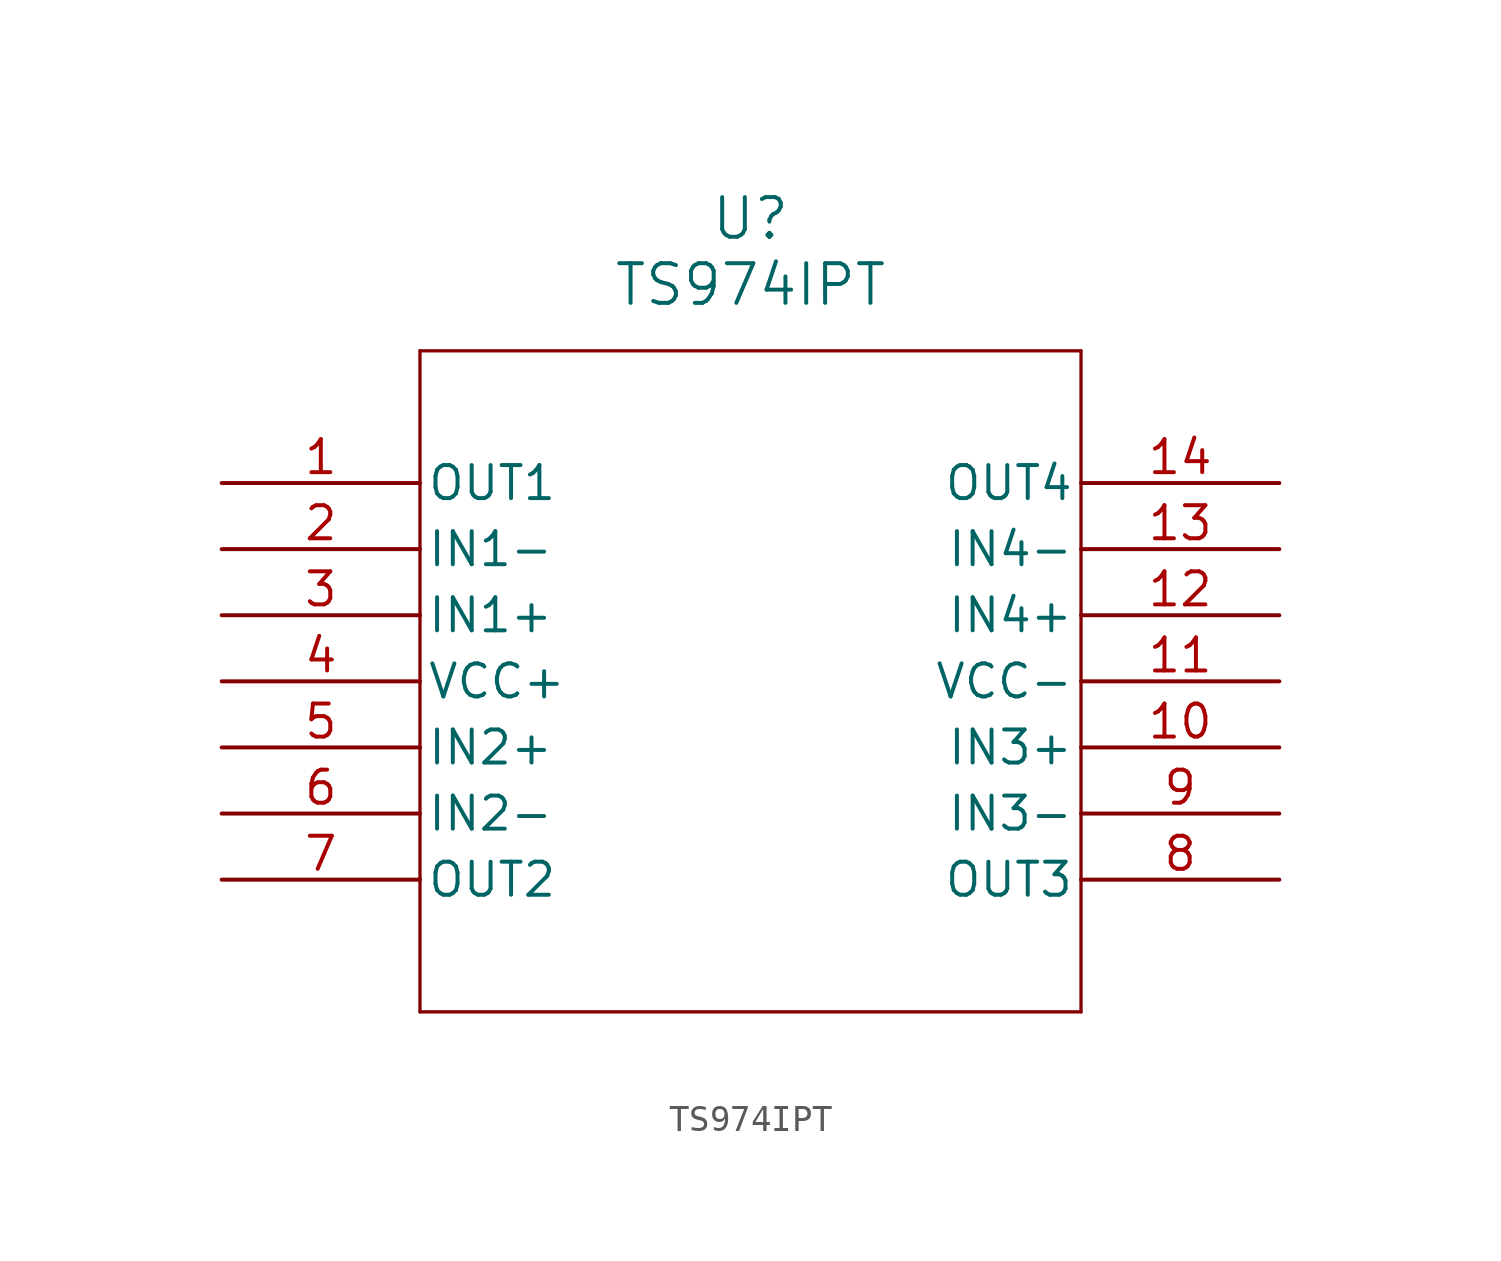
<source format=kicad_sym>
(kicad_symbol_lib
  (version 20211014)
  (generator kicad_symbol_editor)
  (symbol "TS974IPT"
    (pin_names
      (offset 0.254))
    (property "Reference" "U"
      (at 20.32 10.16 0)
      (effects (font (size 1.524 1.524))))
    (property "Value" "TS974IPT"
      (at 20.32 7.62 0)
      (effects (font (size 1.524 1.524))))
    (symbol "TS974IPT_0_1"
      (polyline (pts (xy 7.62 5.08) (xy 7.62 -20.32)) (stroke (width 0.127) (type default) (color 0 0 0 0)) (fill (type none)))
      (polyline (pts (xy 7.62 -20.32) (xy 33.02 -20.32)) (stroke (width 0.127) (type default) (color 0 0 0 0)) (fill (type none)))
      (polyline (pts (xy 33.02 -20.32) (xy 33.02 5.08)) (stroke (width 0.127) (type default) (color 0 0 0 0)) (fill (type none)))
      (polyline (pts (xy 33.02 5.08) (xy 7.62 5.08)) (stroke (width 0.127) (type default) (color 0 0 0 0)) (fill (type none)))
      (pin output line (at 0 0 0) (length 7.62) (name "OUT1" (effects (font (size 1.27 1.27)))) (number "1" (effects (font (size 1.27 1.27)))))
      (pin input line (at 0 -2.54 0) (length 7.62) (name "IN1-" (effects (font (size 1.27 1.27)))) (number "2" (effects (font (size 1.27 1.27)))))
      (pin input line (at 0 -5.08 0) (length 7.62) (name "IN1+" (effects (font (size 1.27 1.27)))) (number "3" (effects (font (size 1.27 1.27)))))
      (pin power_in line (at 0 -7.62 0) (length 7.62) (name "VCC+" (effects (font (size 1.27 1.27)))) (number "4" (effects (font (size 1.27 1.27)))))
      (pin input line (at 0 -10.16 0) (length 7.62) (name "IN2+" (effects (font (size 1.27 1.27)))) (number "5" (effects (font (size 1.27 1.27)))))
      (pin input line (at 0 -12.7 0) (length 7.62) (name "IN2-" (effects (font (size 1.27 1.27)))) (number "6" (effects (font (size 1.27 1.27)))))
      (pin output line (at 0 -15.24 0) (length 7.62) (name "OUT2" (effects (font (size 1.27 1.27)))) (number "7" (effects (font (size 1.27 1.27)))))
      (pin output line (at 40.64 -15.24 180) (length 7.62) (name "OUT3" (effects (font (size 1.27 1.27)))) (number "8" (effects (font (size 1.27 1.27)))))
      (pin input line (at 40.64 -12.7 180) (length 7.62) (name "IN3-" (effects (font (size 1.27 1.27)))) (number "9" (effects (font (size 1.27 1.27)))))
      (pin input line (at 40.64 -10.16 180) (length 7.62) (name "IN3+" (effects (font (size 1.27 1.27)))) (number "10" (effects (font (size 1.27 1.27)))))
      (pin power_in line (at 40.64 -7.62 180) (length 7.62) (name "VCC-" (effects (font (size 1.27 1.27)))) (number "11" (effects (font (size 1.27 1.27)))))
      (pin input line (at 40.64 -5.08 180) (length 7.62) (name "IN4+" (effects (font (size 1.27 1.27)))) (number "12" (effects (font (size 1.27 1.27)))))
      (pin input line (at 40.64 -2.54 180) (length 7.62) (name "IN4-" (effects (font (size 1.27 1.27)))) (number "13" (effects (font (size 1.27 1.27)))))
      (pin output line (at 40.64 0 180) (length 7.62) (name "OUT4" (effects (font (size 1.27 1.27)))) (number "14" (effects (font (size 1.27 1.27))))))))
</source>
